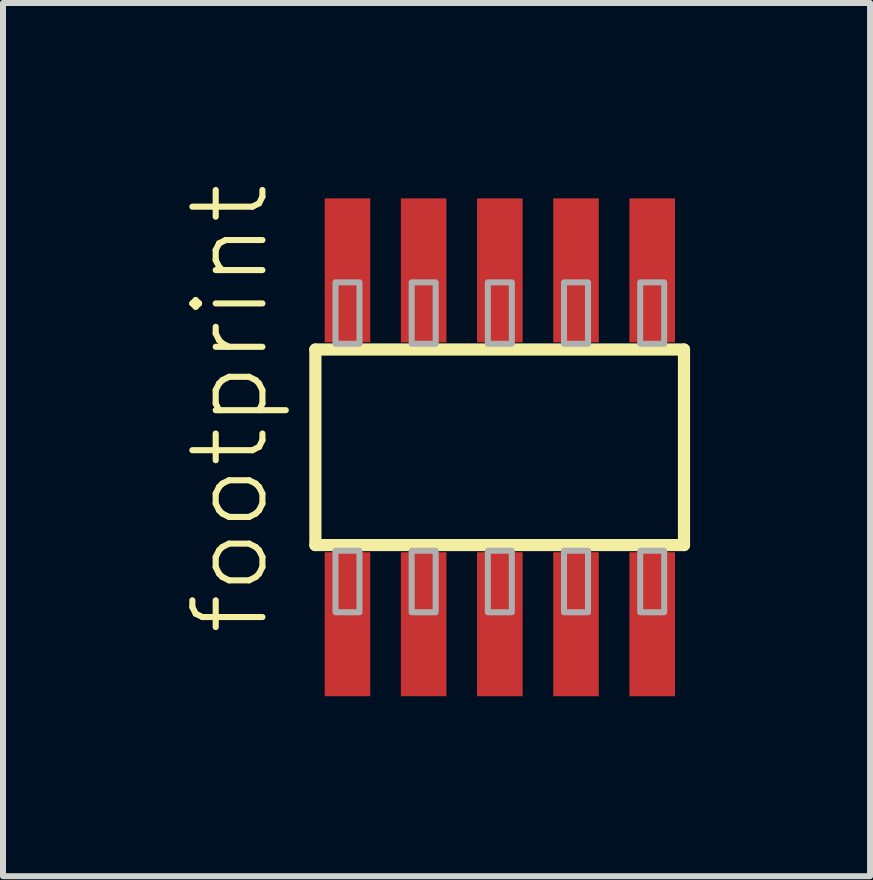
<source format=kicad_pcb>
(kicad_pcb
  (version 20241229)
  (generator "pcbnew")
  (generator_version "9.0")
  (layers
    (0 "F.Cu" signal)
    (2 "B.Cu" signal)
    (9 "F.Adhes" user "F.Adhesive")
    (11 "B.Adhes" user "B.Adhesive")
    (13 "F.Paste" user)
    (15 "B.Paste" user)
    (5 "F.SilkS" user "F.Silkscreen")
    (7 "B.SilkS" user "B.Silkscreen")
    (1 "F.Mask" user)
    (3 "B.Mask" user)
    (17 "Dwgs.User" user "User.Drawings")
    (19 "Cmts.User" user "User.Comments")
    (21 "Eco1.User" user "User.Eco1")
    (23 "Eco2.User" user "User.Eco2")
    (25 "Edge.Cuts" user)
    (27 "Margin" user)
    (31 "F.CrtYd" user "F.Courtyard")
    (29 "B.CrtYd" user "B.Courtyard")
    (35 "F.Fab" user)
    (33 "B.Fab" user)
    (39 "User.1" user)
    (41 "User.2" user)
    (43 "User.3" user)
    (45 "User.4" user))
  (footprint "footprint"
    (layer "F.Cu")
    (at 5.283 4.407)
    (property "Reference" "footprint" (at -3.81 3.175 90) (layer "F.SilkS") (effects (font (size 1.168 1.168) (thickness 0.102)) (justify left bottom)))
    (fp_line (start -3.075 -1.63) (end 3.07 -1.63) (stroke (width 0.203) (type solid)) (layer "F.SilkS"))
    (fp_line (start -3.075 1.63) (end -3.075 -1.63) (stroke (width 0.203) (type solid)) (layer "F.SilkS"))
    (fp_line (start 3.07 -1.63) (end 3.07 1.63) (stroke (width 0.203) (type solid)) (layer "F.SilkS"))
    (fp_line (start 3.07 1.63) (end -3.075 1.63) (stroke (width 0.203) (type solid)) (layer "F.SilkS"))
    (fp_poly (pts (xy -2.74 -1.725) (xy -2.34 -1.725) (xy -2.34 -2.75) (xy -2.74 -2.75)) (stroke (width 0.1) (type solid)) (fill no) (layer "F.Fab"))
    (fp_poly (pts (xy -2.34 1.725) (xy -2.74 1.725) (xy -2.74 2.75) (xy -2.34 2.75)) (stroke (width 0.1) (type solid)) (fill no) (layer "F.Fab"))
    (fp_poly (pts (xy -1.47 -1.725) (xy -1.07 -1.725) (xy -1.07 -2.75) (xy -1.47 -2.75)) (stroke (width 0.1) (type solid)) (fill no) (layer "F.Fab"))
    (fp_poly (pts (xy -1.07 1.725) (xy -1.47 1.725) (xy -1.47 2.75) (xy -1.07 2.75)) (stroke (width 0.1) (type solid)) (fill no) (layer "F.Fab"))
    (fp_poly (pts (xy -0.2 -1.725) (xy 0.2 -1.725) (xy 0.2 -2.75) (xy -0.2 -2.75)) (stroke (width 0.1) (type solid)) (fill no) (layer "F.Fab"))
    (fp_poly (pts (xy 0.2 1.725) (xy -0.2 1.725) (xy -0.2 2.75) (xy 0.2 2.75)) (stroke (width 0.1) (type solid)) (fill no) (layer "F.Fab"))
    (fp_poly (pts (xy 1.07 -1.725) (xy 1.47 -1.725) (xy 1.47 -2.75) (xy 1.07 -2.75)) (stroke (width 0.1) (type solid)) (fill no) (layer "F.Fab"))
    (fp_poly (pts (xy 1.47 1.725) (xy 1.07 1.725) (xy 1.07 2.75) (xy 1.47 2.75)) (stroke (width 0.1) (type solid)) (fill no) (layer "F.Fab"))
    (fp_poly (pts (xy 2.34 -1.725) (xy 2.74 -1.725) (xy 2.74 -2.75) (xy 2.34 -2.75)) (stroke (width 0.1) (type solid)) (fill no) (layer "F.Fab"))
    (fp_poly (pts (xy 2.74 1.725) (xy 2.34 1.725) (xy 2.34 2.75) (xy 2.74 2.75)) (stroke (width 0.1) (type solid)) (fill no) (layer "F.Fab"))
    (pad "1" smd rect (at -2.54 2.95) (size 0.76 2.4) (layers "F.Cu" "F.Mask" "F.Paste"))
    (pad "2" smd rect (at -2.54 -2.95) (size 0.76 2.4) (layers "F.Cu" "F.Mask" "F.Paste"))
    (pad "3" smd rect (at -1.27 2.95) (size 0.76 2.4) (layers "F.Cu" "F.Mask" "F.Paste"))
    (pad "4" smd rect (at -1.27 -2.95) (size 0.76 2.4) (layers "F.Cu" "F.Mask" "F.Paste"))
    (pad "5" smd rect (at 0 2.95) (size 0.76 2.4) (layers "F.Cu" "F.Mask" "F.Paste"))
    (pad "6" smd rect (at 0 -2.95) (size 0.76 2.4) (layers "F.Cu" "F.Mask" "F.Paste"))
    (pad "7" smd rect (at 1.27 2.95) (size 0.76 2.4) (layers "F.Cu" "F.Mask" "F.Paste"))
    (pad "8" smd rect (at 1.27 -2.95) (size 0.76 2.4) (layers "F.Cu" "F.Mask" "F.Paste"))
    (pad "9" smd rect (at 2.54 2.95) (size 0.76 2.4) (layers "F.Cu" "F.Mask" "F.Paste"))
    (pad "10" smd rect (at 2.54 -2.95) (size 0.76 2.4) (layers "F.Cu" "F.Mask" "F.Paste")))
  (gr_rect
    (start -3 -3)
    (end 11.455 11.557)
    (stroke (width 0.1) (type default))
    (fill no)
    (layer "Edge.Cuts")))
</source>
